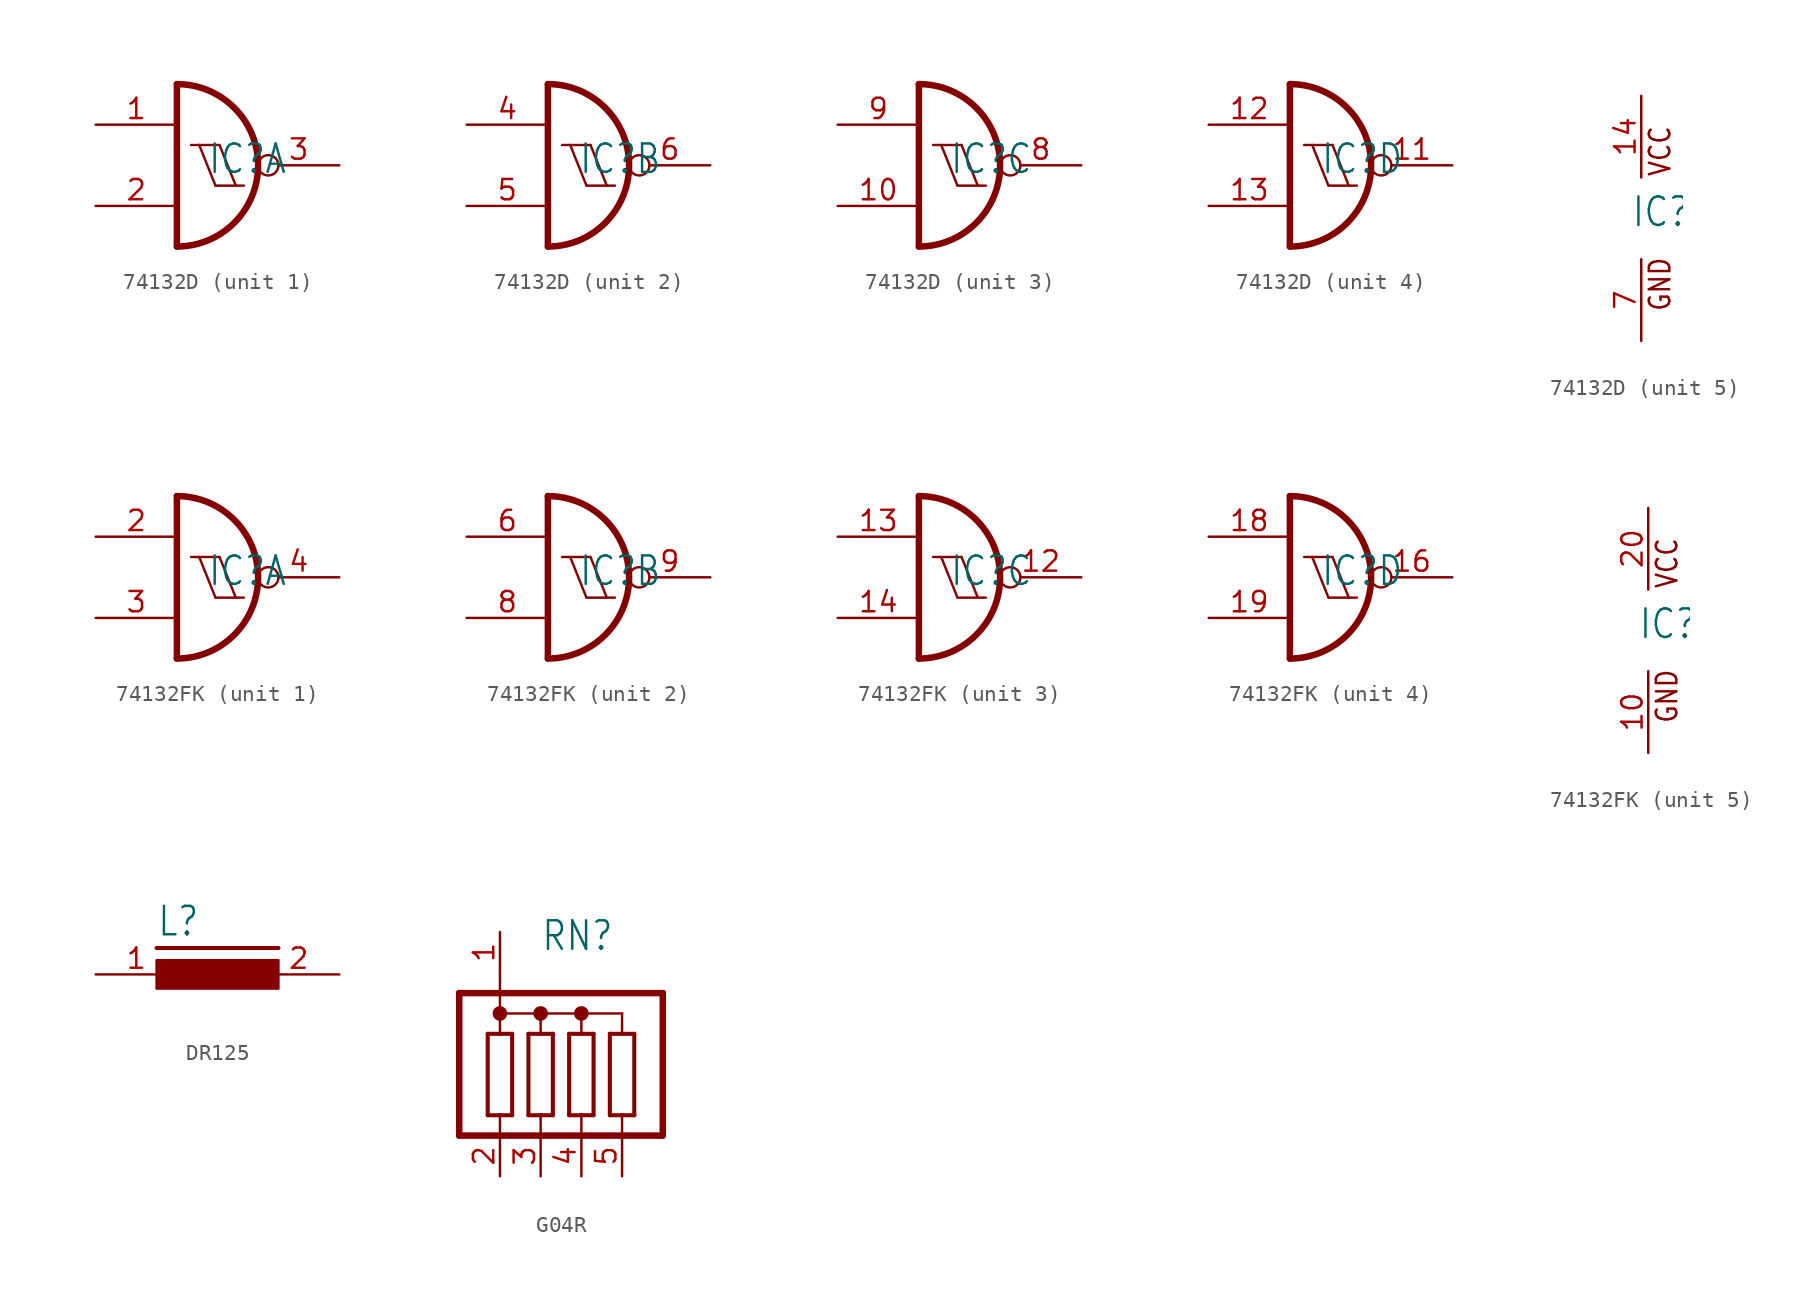
<source format=kicad_sym>
(kicad_symbol_lib
  (version 20220914)
  (generator kicad_symbol_editor)
  (symbol "74132D"
    (property "Reference" "IC"
      (at -0.635 -0.635 0)
      (effects (font (size 1.778 1.511)) (justify left bottom)))
    (property "ki_locked" ""
      (at 0 0 0)
      (effects (font (size 1.27 1.27))))
    (symbol "74132D_1_0"
      (arc (start -2.54 -5.08) (mid 2.54 0) (end -2.54 5.08) (stroke (width 0.4064) (type solid)) (fill (type none)))
      (polyline (pts (xy -2.54 5.08) (xy -2.54 -5.08)) (stroke (width 0.406) (type solid)) (fill (type none)))
      (polyline (pts (xy -1.651 1.27) (xy -1.143 1.27)) (stroke (width 0.152) (type solid)) (fill (type none)))
      (polyline (pts (xy -1.143 1.27) (xy 0.127 1.27)) (stroke (width 0.152) (type solid)) (fill (type none)))
      (polyline (pts (xy -0.127 -1.27) (xy -1.143 1.27)) (stroke (width 0.152) (type solid)) (fill (type none)))
      (polyline (pts (xy -0.127 -1.27) (xy 1.143 -1.27)) (stroke (width 0.152) (type solid)) (fill (type none)))
      (polyline (pts (xy 1.143 -1.27) (xy 0.127 1.27)) (stroke (width 0.152) (type solid)) (fill (type none)))
      (polyline (pts (xy 1.143 -1.27) (xy 1.651 -1.27)) (stroke (width 0.152) (type solid)) (fill (type none)))
      (pin input line (at -7.62 2.54 0) (length 5.08) (name "I0" (effects (font (size 0 0)))) (number "1" (effects (font (size 1.27 1.27)))))
      (pin input line (at -7.62 -2.54 0) (length 5.08) (name "I1" (effects (font (size 0 0)))) (number "2" (effects (font (size 1.27 1.27)))))
      (pin output inverted (at 7.62 0 180) (length 5.08) (name "O" (effects (font (size 0 0)))) (number "3" (effects (font (size 1.27 1.27))))))
    (symbol "74132D_2_0"
      (arc (start -2.54 -5.08) (mid 2.54 0) (end -2.54 5.08) (stroke (width 0.4064) (type solid)) (fill (type none)))
      (polyline (pts (xy -2.54 5.08) (xy -2.54 -5.08)) (stroke (width 0.406) (type solid)) (fill (type none)))
      (polyline (pts (xy -1.651 1.27) (xy -1.143 1.27)) (stroke (width 0.152) (type solid)) (fill (type none)))
      (polyline (pts (xy -1.143 1.27) (xy 0.127 1.27)) (stroke (width 0.152) (type solid)) (fill (type none)))
      (polyline (pts (xy -0.127 -1.27) (xy -1.143 1.27)) (stroke (width 0.152) (type solid)) (fill (type none)))
      (polyline (pts (xy -0.127 -1.27) (xy 1.143 -1.27)) (stroke (width 0.152) (type solid)) (fill (type none)))
      (polyline (pts (xy 1.143 -1.27) (xy 0.127 1.27)) (stroke (width 0.152) (type solid)) (fill (type none)))
      (polyline (pts (xy 1.143 -1.27) (xy 1.651 -1.27)) (stroke (width 0.152) (type solid)) (fill (type none)))
      (pin input line (at -7.62 2.54 0) (length 5.08) (name "I0" (effects (font (size 0 0)))) (number "4" (effects (font (size 1.27 1.27)))))
      (pin input line (at -7.62 -2.54 0) (length 5.08) (name "I1" (effects (font (size 0 0)))) (number "5" (effects (font (size 1.27 1.27)))))
      (pin output inverted (at 7.62 0 180) (length 5.08) (name "O" (effects (font (size 0 0)))) (number "6" (effects (font (size 1.27 1.27))))))
    (symbol "74132D_3_0"
      (arc (start -2.54 -5.08) (mid 2.54 0) (end -2.54 5.08) (stroke (width 0.4064) (type solid)) (fill (type none)))
      (polyline (pts (xy -2.54 5.08) (xy -2.54 -5.08)) (stroke (width 0.406) (type solid)) (fill (type none)))
      (polyline (pts (xy -1.651 1.27) (xy -1.143 1.27)) (stroke (width 0.152) (type solid)) (fill (type none)))
      (polyline (pts (xy -1.143 1.27) (xy 0.127 1.27)) (stroke (width 0.152) (type solid)) (fill (type none)))
      (polyline (pts (xy -0.127 -1.27) (xy -1.143 1.27)) (stroke (width 0.152) (type solid)) (fill (type none)))
      (polyline (pts (xy -0.127 -1.27) (xy 1.143 -1.27)) (stroke (width 0.152) (type solid)) (fill (type none)))
      (polyline (pts (xy 1.143 -1.27) (xy 0.127 1.27)) (stroke (width 0.152) (type solid)) (fill (type none)))
      (polyline (pts (xy 1.143 -1.27) (xy 1.651 -1.27)) (stroke (width 0.152) (type solid)) (fill (type none)))
      (pin input line (at -7.62 -2.54 0) (length 5.08) (name "I1" (effects (font (size 0 0)))) (number "10" (effects (font (size 1.27 1.27)))))
      (pin output inverted (at 7.62 0 180) (length 5.08) (name "O" (effects (font (size 0 0)))) (number "8" (effects (font (size 1.27 1.27)))))
      (pin input line (at -7.62 2.54 0) (length 5.08) (name "I0" (effects (font (size 0 0)))) (number "9" (effects (font (size 1.27 1.27))))))
    (symbol "74132D_4_0"
      (arc (start -2.54 -5.08) (mid 2.54 0) (end -2.54 5.08) (stroke (width 0.4064) (type solid)) (fill (type none)))
      (polyline (pts (xy -2.54 5.08) (xy -2.54 -5.08)) (stroke (width 0.406) (type solid)) (fill (type none)))
      (polyline (pts (xy -1.651 1.27) (xy -1.143 1.27)) (stroke (width 0.152) (type solid)) (fill (type none)))
      (polyline (pts (xy -1.143 1.27) (xy 0.127 1.27)) (stroke (width 0.152) (type solid)) (fill (type none)))
      (polyline (pts (xy -0.127 -1.27) (xy -1.143 1.27)) (stroke (width 0.152) (type solid)) (fill (type none)))
      (polyline (pts (xy -0.127 -1.27) (xy 1.143 -1.27)) (stroke (width 0.152) (type solid)) (fill (type none)))
      (polyline (pts (xy 1.143 -1.27) (xy 0.127 1.27)) (stroke (width 0.152) (type solid)) (fill (type none)))
      (polyline (pts (xy 1.143 -1.27) (xy 1.651 -1.27)) (stroke (width 0.152) (type solid)) (fill (type none)))
      (pin output inverted (at 7.62 0 180) (length 5.08) (name "O" (effects (font (size 0 0)))) (number "11" (effects (font (size 1.27 1.27)))))
      (pin input line (at -7.62 2.54 0) (length 5.08) (name "I0" (effects (font (size 0 0)))) (number "12" (effects (font (size 1.27 1.27)))))
      (pin input line (at -7.62 -2.54 0) (length 5.08) (name "I1" (effects (font (size 0 0)))) (number "13" (effects (font (size 1.27 1.27))))))
    (symbol "74132D_5_0"
      (text "GND" (at 1.905 -5.842 900) (effects (font (size 1.27 1.079)) (justify left bottom)))
      (text "VCC" (at 1.905 2.54 900) (effects (font (size 1.27 1.079)) (justify left bottom)))
      (pin power_in line (at 0 7.62 270) (length 5.08) (name "VCC" (effects (font (size 0 0)))) (number "14" (effects (font (size 1.27 1.27)))))
      (pin power_in line (at 0 -7.62 90) (length 5.08) (name "GND" (effects (font (size 0 0)))) (number "7" (effects (font (size 1.27 1.27)))))))
  (symbol "74132FK"
    (property "Reference" "IC"
      (at -0.635 -0.635 0)
      (effects (font (size 1.778 1.511)) (justify left bottom)))
    (property "ki_locked" ""
      (at 0 0 0)
      (effects (font (size 1.27 1.27))))
    (symbol "74132FK_1_0"
      (arc (start -2.54 -5.08) (mid 2.54 0) (end -2.54 5.08) (stroke (width 0.4064) (type solid)) (fill (type none)))
      (polyline (pts (xy -2.54 5.08) (xy -2.54 -5.08)) (stroke (width 0.406) (type solid)) (fill (type none)))
      (polyline (pts (xy -1.651 1.27) (xy -1.143 1.27)) (stroke (width 0.152) (type solid)) (fill (type none)))
      (polyline (pts (xy -1.143 1.27) (xy 0.127 1.27)) (stroke (width 0.152) (type solid)) (fill (type none)))
      (polyline (pts (xy -0.127 -1.27) (xy -1.143 1.27)) (stroke (width 0.152) (type solid)) (fill (type none)))
      (polyline (pts (xy -0.127 -1.27) (xy 1.143 -1.27)) (stroke (width 0.152) (type solid)) (fill (type none)))
      (polyline (pts (xy 1.143 -1.27) (xy 0.127 1.27)) (stroke (width 0.152) (type solid)) (fill (type none)))
      (polyline (pts (xy 1.143 -1.27) (xy 1.651 -1.27)) (stroke (width 0.152) (type solid)) (fill (type none)))
      (pin input line (at -7.62 2.54 0) (length 5.08) (name "I0" (effects (font (size 0 0)))) (number "2" (effects (font (size 1.27 1.27)))))
      (pin input line (at -7.62 -2.54 0) (length 5.08) (name "I1" (effects (font (size 0 0)))) (number "3" (effects (font (size 1.27 1.27)))))
      (pin output inverted (at 7.62 0 180) (length 5.08) (name "O" (effects (font (size 0 0)))) (number "4" (effects (font (size 1.27 1.27))))))
    (symbol "74132FK_2_0"
      (arc (start -2.54 -5.08) (mid 2.54 0) (end -2.54 5.08) (stroke (width 0.4064) (type solid)) (fill (type none)))
      (polyline (pts (xy -2.54 5.08) (xy -2.54 -5.08)) (stroke (width 0.406) (type solid)) (fill (type none)))
      (polyline (pts (xy -1.651 1.27) (xy -1.143 1.27)) (stroke (width 0.152) (type solid)) (fill (type none)))
      (polyline (pts (xy -1.143 1.27) (xy 0.127 1.27)) (stroke (width 0.152) (type solid)) (fill (type none)))
      (polyline (pts (xy -0.127 -1.27) (xy -1.143 1.27)) (stroke (width 0.152) (type solid)) (fill (type none)))
      (polyline (pts (xy -0.127 -1.27) (xy 1.143 -1.27)) (stroke (width 0.152) (type solid)) (fill (type none)))
      (polyline (pts (xy 1.143 -1.27) (xy 0.127 1.27)) (stroke (width 0.152) (type solid)) (fill (type none)))
      (polyline (pts (xy 1.143 -1.27) (xy 1.651 -1.27)) (stroke (width 0.152) (type solid)) (fill (type none)))
      (pin input line (at -7.62 2.54 0) (length 5.08) (name "I0" (effects (font (size 0 0)))) (number "6" (effects (font (size 1.27 1.27)))))
      (pin input line (at -7.62 -2.54 0) (length 5.08) (name "I1" (effects (font (size 0 0)))) (number "8" (effects (font (size 1.27 1.27)))))
      (pin output inverted (at 7.62 0 180) (length 5.08) (name "O" (effects (font (size 0 0)))) (number "9" (effects (font (size 1.27 1.27))))))
    (symbol "74132FK_3_0"
      (arc (start -2.54 -5.08) (mid 2.54 0) (end -2.54 5.08) (stroke (width 0.4064) (type solid)) (fill (type none)))
      (polyline (pts (xy -2.54 5.08) (xy -2.54 -5.08)) (stroke (width 0.406) (type solid)) (fill (type none)))
      (polyline (pts (xy -1.651 1.27) (xy -1.143 1.27)) (stroke (width 0.152) (type solid)) (fill (type none)))
      (polyline (pts (xy -1.143 1.27) (xy 0.127 1.27)) (stroke (width 0.152) (type solid)) (fill (type none)))
      (polyline (pts (xy -0.127 -1.27) (xy -1.143 1.27)) (stroke (width 0.152) (type solid)) (fill (type none)))
      (polyline (pts (xy -0.127 -1.27) (xy 1.143 -1.27)) (stroke (width 0.152) (type solid)) (fill (type none)))
      (polyline (pts (xy 1.143 -1.27) (xy 0.127 1.27)) (stroke (width 0.152) (type solid)) (fill (type none)))
      (polyline (pts (xy 1.143 -1.27) (xy 1.651 -1.27)) (stroke (width 0.152) (type solid)) (fill (type none)))
      (pin output inverted (at 7.62 0 180) (length 5.08) (name "O" (effects (font (size 0 0)))) (number "12" (effects (font (size 1.27 1.27)))))
      (pin input line (at -7.62 2.54 0) (length 5.08) (name "I0" (effects (font (size 0 0)))) (number "13" (effects (font (size 1.27 1.27)))))
      (pin input line (at -7.62 -2.54 0) (length 5.08) (name "I1" (effects (font (size 0 0)))) (number "14" (effects (font (size 1.27 1.27))))))
    (symbol "74132FK_4_0"
      (arc (start -2.54 -5.08) (mid 2.54 0) (end -2.54 5.08) (stroke (width 0.4064) (type solid)) (fill (type none)))
      (polyline (pts (xy -2.54 5.08) (xy -2.54 -5.08)) (stroke (width 0.406) (type solid)) (fill (type none)))
      (polyline (pts (xy -1.651 1.27) (xy -1.143 1.27)) (stroke (width 0.152) (type solid)) (fill (type none)))
      (polyline (pts (xy -1.143 1.27) (xy 0.127 1.27)) (stroke (width 0.152) (type solid)) (fill (type none)))
      (polyline (pts (xy -0.127 -1.27) (xy -1.143 1.27)) (stroke (width 0.152) (type solid)) (fill (type none)))
      (polyline (pts (xy -0.127 -1.27) (xy 1.143 -1.27)) (stroke (width 0.152) (type solid)) (fill (type none)))
      (polyline (pts (xy 1.143 -1.27) (xy 0.127 1.27)) (stroke (width 0.152) (type solid)) (fill (type none)))
      (polyline (pts (xy 1.143 -1.27) (xy 1.651 -1.27)) (stroke (width 0.152) (type solid)) (fill (type none)))
      (pin output inverted (at 7.62 0 180) (length 5.08) (name "O" (effects (font (size 0 0)))) (number "16" (effects (font (size 1.27 1.27)))))
      (pin input line (at -7.62 2.54 0) (length 5.08) (name "I0" (effects (font (size 0 0)))) (number "18" (effects (font (size 1.27 1.27)))))
      (pin input line (at -7.62 -2.54 0) (length 5.08) (name "I1" (effects (font (size 0 0)))) (number "19" (effects (font (size 1.27 1.27))))))
    (symbol "74132FK_5_0"
      (text "GND" (at 1.905 -5.842 900) (effects (font (size 1.27 1.079)) (justify left bottom)))
      (text "VCC" (at 1.905 2.54 900) (effects (font (size 1.27 1.079)) (justify left bottom)))
      (pin power_in line (at 0 -7.62 90) (length 5.08) (name "GND" (effects (font (size 0 0)))) (number "10" (effects (font (size 1.27 1.27)))))
      (pin power_in line (at 0 7.62 270) (length 5.08) (name "VCC" (effects (font (size 0 0)))) (number "20" (effects (font (size 1.27 1.27)))))))
  (symbol "DR125"
    (property "Reference" "L"
      (at -3.81 2.286 0)
      (effects (font (size 1.778 1.511)) (justify left bottom)))
    (property "Value" ""
      (at -3.937 -3.048 0)
      (effects (font (size 1.778 1.511)) (justify left bottom)))
    (property "ki_locked" ""
      (at 0 0 0)
      (effects (font (size 1.27 1.27))))
    (symbol "DR125_1_0"
      (rectangle (start -3.81 -0.889) (end 3.81 0.889) (stroke (width 0) (type default)) (fill (type outline)))
      (polyline (pts (xy -3.81 1.651) (xy 3.81 1.651)) (stroke (width 0.254) (type solid)) (fill (type none)))
      (pin passive line (at -7.62 0 0) (length 5.08) (name "1" (effects (font (size 0 0)))) (number "1" (effects (font (size 1.27 1.27)))))
      (pin passive line (at 7.62 0 180) (length 5.08) (name "2" (effects (font (size 0 0)))) (number "2" (effects (font (size 1.27 1.27)))))))
  (symbol "G04R"
    (property "Reference" "RN"
      (at 0 8.89 0)
      (effects (font (size 1.778 1.511)) (justify left bottom)))
    (property "Value" ""
      (at 0 6.985 0)
      (effects (font (size 1.778 1.511)) (justify left bottom)))
    (property "ki_locked" ""
      (at 0 0 0)
      (effects (font (size 1.27 1.27))))
    (symbol "G04R_1_0"
      (circle (center -2.54 5.08) (radius 0.254) (stroke (width 0.406) (type solid)) (fill (type none)))
      (polyline (pts (xy -5.08 -2.54) (xy -5.08 6.35)) (stroke (width 0.406) (type solid)) (fill (type none)))
      (polyline (pts (xy -5.08 -2.54) (xy 7.62 -2.54)) (stroke (width 0.406) (type solid)) (fill (type none)))
      (polyline (pts (xy -5.08 6.35) (xy 7.62 6.35)) (stroke (width 0.406) (type solid)) (fill (type none)))
      (polyline (pts (xy -3.302 -1.27) (xy -2.54 -1.27)) (stroke (width 0.254) (type solid)) (fill (type none)))
      (polyline (pts (xy -3.302 3.81) (xy -3.302 -1.27)) (stroke (width 0.254) (type solid)) (fill (type none)))
      (polyline (pts (xy -2.54 -1.27) (xy -2.54 -2.54)) (stroke (width 0.152) (type solid)) (fill (type none)))
      (polyline (pts (xy -2.54 -1.27) (xy -1.778 -1.27)) (stroke (width 0.254) (type solid)) (fill (type none)))
      (polyline (pts (xy -2.54 3.81) (xy -3.302 3.81)) (stroke (width 0.254) (type solid)) (fill (type none)))
      (polyline (pts (xy -2.54 5.08) (xy -2.54 3.81)) (stroke (width 0.152) (type solid)) (fill (type none)))
      (polyline (pts (xy -2.54 5.08) (xy -2.54 7.62)) (stroke (width 0.152) (type solid)) (fill (type none)))
      (polyline (pts (xy -2.54 5.08) (xy 0 5.08)) (stroke (width 0.152) (type solid)) (fill (type none)))
      (polyline (pts (xy -1.778 -1.27) (xy -1.778 3.81)) (stroke (width 0.254) (type solid)) (fill (type none)))
      (polyline (pts (xy -1.778 3.81) (xy -2.54 3.81)) (stroke (width 0.254) (type solid)) (fill (type none)))
      (polyline (pts (xy -0.762 -1.27) (xy 0 -1.27)) (stroke (width 0.254) (type solid)) (fill (type none)))
      (polyline (pts (xy -0.762 3.81) (xy -0.762 -1.27)) (stroke (width 0.254) (type solid)) (fill (type none)))
      (polyline (pts (xy 0 -2.54) (xy 0 -1.27)) (stroke (width 0.152) (type solid)) (fill (type none)))
      (polyline (pts (xy 0 -1.27) (xy 0.762 -1.27)) (stroke (width 0.254) (type solid)) (fill (type none)))
      (polyline (pts (xy 0 3.81) (xy -0.762 3.81)) (stroke (width 0.254) (type solid)) (fill (type none)))
      (polyline (pts (xy 0 5.08) (xy 0 3.81)) (stroke (width 0.152) (type solid)) (fill (type none)))
      (polyline (pts (xy 0 5.08) (xy 2.54 5.08)) (stroke (width 0.152) (type solid)) (fill (type none)))
      (polyline (pts (xy 0.762 -1.27) (xy 0.762 3.81)) (stroke (width 0.254) (type solid)) (fill (type none)))
      (polyline (pts (xy 0.762 3.81) (xy 0 3.81)) (stroke (width 0.254) (type solid)) (fill (type none)))
      (polyline (pts (xy 1.778 -1.27) (xy 2.54 -1.27)) (stroke (width 0.254) (type solid)) (fill (type none)))
      (polyline (pts (xy 1.778 3.81) (xy 1.778 -1.27)) (stroke (width 0.254) (type solid)) (fill (type none)))
      (polyline (pts (xy 2.54 -2.54) (xy 2.54 -1.27)) (stroke (width 0.152) (type solid)) (fill (type none)))
      (polyline (pts (xy 2.54 -1.27) (xy 3.302 -1.27)) (stroke (width 0.254) (type solid)) (fill (type none)))
      (polyline (pts (xy 2.54 3.81) (xy 1.778 3.81)) (stroke (width 0.254) (type solid)) (fill (type none)))
      (polyline (pts (xy 2.54 5.08) (xy 2.54 3.81)) (stroke (width 0.152) (type solid)) (fill (type none)))
      (polyline (pts (xy 2.54 5.08) (xy 5.08 5.08)) (stroke (width 0.152) (type solid)) (fill (type none)))
      (polyline (pts (xy 3.302 -1.27) (xy 3.302 3.81)) (stroke (width 0.254) (type solid)) (fill (type none)))
      (polyline (pts (xy 3.302 3.81) (xy 2.54 3.81)) (stroke (width 0.254) (type solid)) (fill (type none)))
      (polyline (pts (xy 4.318 -1.27) (xy 5.08 -1.27)) (stroke (width 0.254) (type solid)) (fill (type none)))
      (polyline (pts (xy 4.318 3.81) (xy 4.318 -1.27)) (stroke (width 0.254) (type solid)) (fill (type none)))
      (polyline (pts (xy 5.08 -2.54) (xy 5.08 -1.27)) (stroke (width 0.152) (type solid)) (fill (type none)))
      (polyline (pts (xy 5.08 -1.27) (xy 5.842 -1.27)) (stroke (width 0.254) (type solid)) (fill (type none)))
      (polyline (pts (xy 5.08 3.81) (xy 4.318 3.81)) (stroke (width 0.254) (type solid)) (fill (type none)))
      (polyline (pts (xy 5.08 5.08) (xy 5.08 3.81)) (stroke (width 0.152) (type solid)) (fill (type none)))
      (polyline (pts (xy 5.842 -1.27) (xy 5.842 3.81)) (stroke (width 0.254) (type solid)) (fill (type none)))
      (polyline (pts (xy 5.842 3.81) (xy 5.08 3.81)) (stroke (width 0.254) (type solid)) (fill (type none)))
      (polyline (pts (xy 7.62 6.35) (xy 7.62 -2.54)) (stroke (width 0.406) (type solid)) (fill (type none)))
      (circle (center 0 5.08) (radius 0.254) (stroke (width 0.406) (type solid)) (fill (type none)))
      (circle (center 2.54 5.08) (radius 0.254) (stroke (width 0.406) (type solid)) (fill (type none)))
      (pin passive line (at -2.54 10.16 270) (length 2.54) (name "1" (effects (font (size 0 0)))) (number "1" (effects (font (size 1.27 1.27)))))
      (pin passive line (at -2.54 -5.08 90) (length 2.54) (name "2" (effects (font (size 0 0)))) (number "2" (effects (font (size 1.27 1.27)))))
      (pin passive line (at 0 -5.08 90) (length 2.54) (name "3" (effects (font (size 0 0)))) (number "3" (effects (font (size 1.27 1.27)))))
      (pin passive line (at 2.54 -5.08 90) (length 2.54) (name "4" (effects (font (size 0 0)))) (number "4" (effects (font (size 1.27 1.27)))))
      (pin passive line (at 5.08 -5.08 90) (length 2.54) (name "5" (effects (font (size 0 0)))) (number "5" (effects (font (size 1.27 1.27))))))))
</source>
